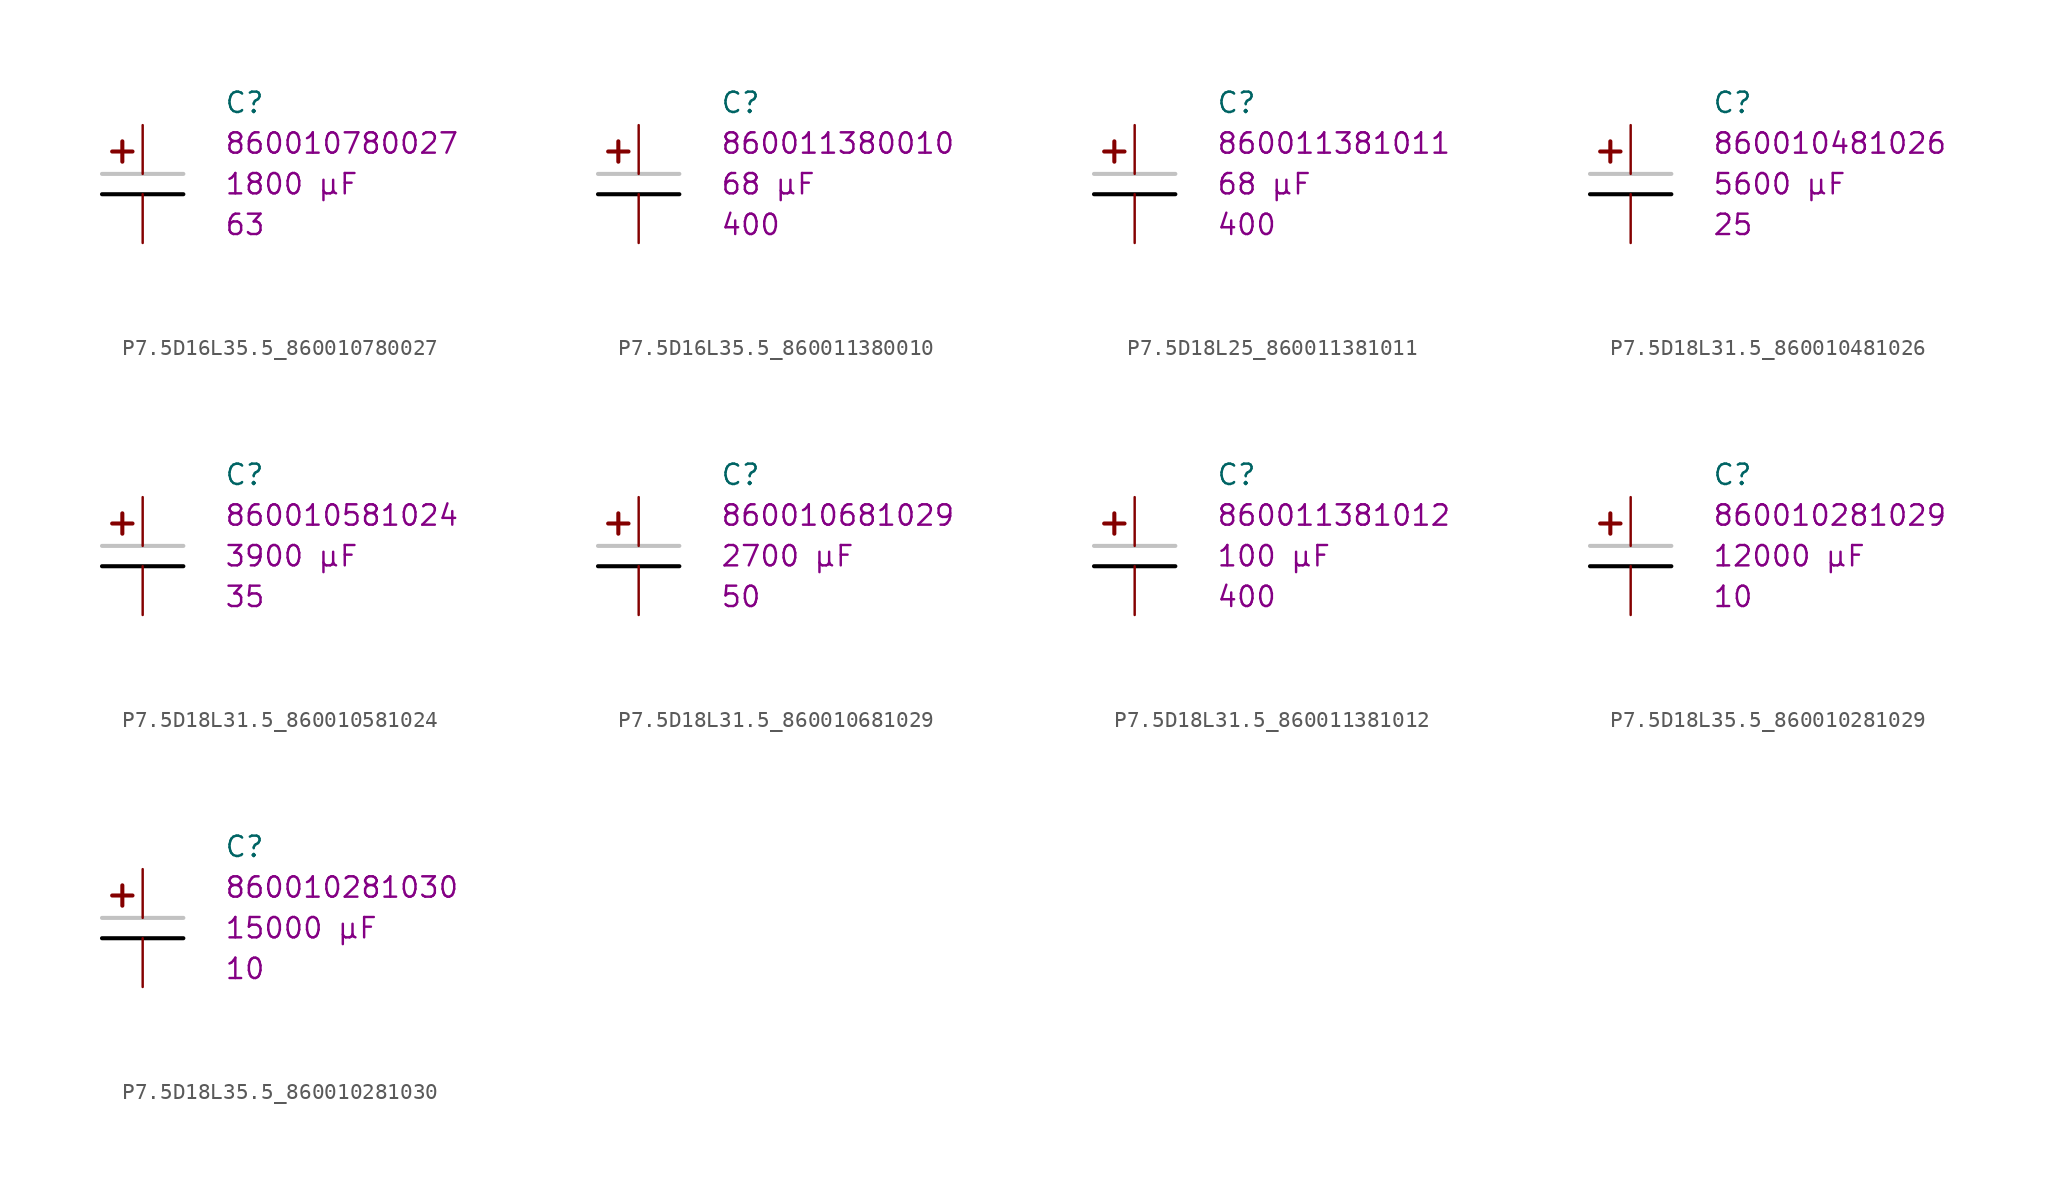
<source format=kicad_sym>
(kicad_symbol_lib
  (version 20220914)
  (generator kicad_symbol_editor)
  (symbol "P7.5D16L35.5_860010780027"
    (pin_numbers hide)
    (pin_names hide)
    (property "Reference" "C"
      (at 5.08 5.08 0)
      (effects (font (size 1.27 1.27)) (justify left)))
    (property "Part Number" "860010780027"
      (at 5.08 2.54 0)
      (effects (font (size 1.27 1.27)) (justify left)))
    (property "Capacitance" "1800 µF"
      (at 5.08 0 0)
      (effects (font (size 1.27 1.27)) (justify left)))
    (property "Voltage" "63"
      (at 5.08 -2.54 0)
      (effects (font (size 1.27 1.27)) (justify left)))
    (property "Critical Parameter" ""
      (at 0 -7.62 0)
      (effects (font (size 1.27 1.27))))
    (symbol "P7.5D16L35.5_860010780027_1_1"
      (polyline (pts (xy -1.27 2.667) (xy -1.27 1.397)) (stroke (width 0.254) (type default)) (fill (type none)))
      (polyline (pts (xy -0.635 2.032) (xy -1.905 2.032)) (stroke (width 0.254) (type default)) (fill (type none)))
      (polyline (pts (xy 2.54 -0.635) (xy -2.54 -0.635)) (stroke (width 0.254) (type default) (color 0 0 0 1)) (fill (type none)))
      (polyline (pts (xy 2.54 0.635) (xy -2.54 0.635)) (stroke (width 0.254) (type default) (color 194 194 194 1)) (fill (type none)))
      (pin passive line (at 0 3.679 270) (length 3.044) (name "1" (effects (font (size 1.27 1.27)))) (number "1" (effects (font (size 1.27 1.27)))))
      (pin passive line (at 0 -3.679 90) (length 3.044) (name "2" (effects (font (size 1.27 1.27)))) (number "2" (effects (font (size 1.27 1.27)))))))
  (symbol "P7.5D16L35.5_860011380010"
    (pin_numbers hide)
    (pin_names hide)
    (property "Reference" "C"
      (at 5.08 5.08 0)
      (effects (font (size 1.27 1.27)) (justify left)))
    (property "Part Number" "860011380010"
      (at 5.08 2.54 0)
      (effects (font (size 1.27 1.27)) (justify left)))
    (property "Capacitance" "68 µF"
      (at 5.08 0 0)
      (effects (font (size 1.27 1.27)) (justify left)))
    (property "Voltage" "400"
      (at 5.08 -2.54 0)
      (effects (font (size 1.27 1.27)) (justify left)))
    (property "Critical Parameter" ""
      (at 0 -7.62 0)
      (effects (font (size 1.27 1.27))))
    (symbol "P7.5D16L35.5_860011380010_1_1"
      (polyline (pts (xy -1.27 2.667) (xy -1.27 1.397)) (stroke (width 0.254) (type default)) (fill (type none)))
      (polyline (pts (xy -0.635 2.032) (xy -1.905 2.032)) (stroke (width 0.254) (type default)) (fill (type none)))
      (polyline (pts (xy 2.54 -0.635) (xy -2.54 -0.635)) (stroke (width 0.254) (type default) (color 0 0 0 1)) (fill (type none)))
      (polyline (pts (xy 2.54 0.635) (xy -2.54 0.635)) (stroke (width 0.254) (type default) (color 194 194 194 1)) (fill (type none)))
      (pin passive line (at 0 3.679 270) (length 3.044) (name "1" (effects (font (size 1.27 1.27)))) (number "1" (effects (font (size 1.27 1.27)))))
      (pin passive line (at 0 -3.679 90) (length 3.044) (name "2" (effects (font (size 1.27 1.27)))) (number "2" (effects (font (size 1.27 1.27)))))))
  (symbol "P7.5D18L25_860011381011"
    (pin_numbers hide)
    (pin_names hide)
    (property "Reference" "C"
      (at 5.08 5.08 0)
      (effects (font (size 1.27 1.27)) (justify left)))
    (property "Part Number" "860011381011"
      (at 5.08 2.54 0)
      (effects (font (size 1.27 1.27)) (justify left)))
    (property "Capacitance" "68 µF"
      (at 5.08 0 0)
      (effects (font (size 1.27 1.27)) (justify left)))
    (property "Voltage" "400"
      (at 5.08 -2.54 0)
      (effects (font (size 1.27 1.27)) (justify left)))
    (property "Critical Parameter" ""
      (at 0 -7.62 0)
      (effects (font (size 1.27 1.27))))
    (symbol "P7.5D18L25_860011381011_1_1"
      (polyline (pts (xy -1.27 2.667) (xy -1.27 1.397)) (stroke (width 0.254) (type default)) (fill (type none)))
      (polyline (pts (xy -0.635 2.032) (xy -1.905 2.032)) (stroke (width 0.254) (type default)) (fill (type none)))
      (polyline (pts (xy 2.54 -0.635) (xy -2.54 -0.635)) (stroke (width 0.254) (type default) (color 0 0 0 1)) (fill (type none)))
      (polyline (pts (xy 2.54 0.635) (xy -2.54 0.635)) (stroke (width 0.254) (type default) (color 194 194 194 1)) (fill (type none)))
      (pin passive line (at 0 3.679 270) (length 3.044) (name "1" (effects (font (size 1.27 1.27)))) (number "1" (effects (font (size 1.27 1.27)))))
      (pin passive line (at 0 -3.679 90) (length 3.044) (name "2" (effects (font (size 1.27 1.27)))) (number "2" (effects (font (size 1.27 1.27)))))))
  (symbol "P7.5D18L31.5_860010481026"
    (pin_numbers hide)
    (pin_names hide)
    (property "Reference" "C"
      (at 5.08 5.08 0)
      (effects (font (size 1.27 1.27)) (justify left)))
    (property "Part Number" "860010481026"
      (at 5.08 2.54 0)
      (effects (font (size 1.27 1.27)) (justify left)))
    (property "Capacitance" "5600 µF"
      (at 5.08 0 0)
      (effects (font (size 1.27 1.27)) (justify left)))
    (property "Voltage" "25"
      (at 5.08 -2.54 0)
      (effects (font (size 1.27 1.27)) (justify left)))
    (property "Critical Parameter" ""
      (at 0 -7.62 0)
      (effects (font (size 1.27 1.27))))
    (symbol "P7.5D18L31.5_860010481026_1_1"
      (polyline (pts (xy -1.27 2.667) (xy -1.27 1.397)) (stroke (width 0.254) (type default)) (fill (type none)))
      (polyline (pts (xy -0.635 2.032) (xy -1.905 2.032)) (stroke (width 0.254) (type default)) (fill (type none)))
      (polyline (pts (xy 2.54 -0.635) (xy -2.54 -0.635)) (stroke (width 0.254) (type default) (color 0 0 0 1)) (fill (type none)))
      (polyline (pts (xy 2.54 0.635) (xy -2.54 0.635)) (stroke (width 0.254) (type default) (color 194 194 194 1)) (fill (type none)))
      (pin passive line (at 0 3.679 270) (length 3.044) (name "1" (effects (font (size 1.27 1.27)))) (number "1" (effects (font (size 1.27 1.27)))))
      (pin passive line (at 0 -3.679 90) (length 3.044) (name "2" (effects (font (size 1.27 1.27)))) (number "2" (effects (font (size 1.27 1.27)))))))
  (symbol "P7.5D18L31.5_860010581024"
    (pin_numbers hide)
    (pin_names hide)
    (property "Reference" "C"
      (at 5.08 5.08 0)
      (effects (font (size 1.27 1.27)) (justify left)))
    (property "Part Number" "860010581024"
      (at 5.08 2.54 0)
      (effects (font (size 1.27 1.27)) (justify left)))
    (property "Capacitance" "3900 µF"
      (at 5.08 0 0)
      (effects (font (size 1.27 1.27)) (justify left)))
    (property "Voltage" "35"
      (at 5.08 -2.54 0)
      (effects (font (size 1.27 1.27)) (justify left)))
    (property "Critical Parameter" ""
      (at 0 -7.62 0)
      (effects (font (size 1.27 1.27))))
    (symbol "P7.5D18L31.5_860010581024_1_1"
      (polyline (pts (xy -1.27 2.667) (xy -1.27 1.397)) (stroke (width 0.254) (type default)) (fill (type none)))
      (polyline (pts (xy -0.635 2.032) (xy -1.905 2.032)) (stroke (width 0.254) (type default)) (fill (type none)))
      (polyline (pts (xy 2.54 -0.635) (xy -2.54 -0.635)) (stroke (width 0.254) (type default) (color 0 0 0 1)) (fill (type none)))
      (polyline (pts (xy 2.54 0.635) (xy -2.54 0.635)) (stroke (width 0.254) (type default) (color 194 194 194 1)) (fill (type none)))
      (pin passive line (at 0 3.679 270) (length 3.044) (name "1" (effects (font (size 1.27 1.27)))) (number "1" (effects (font (size 1.27 1.27)))))
      (pin passive line (at 0 -3.679 90) (length 3.044) (name "2" (effects (font (size 1.27 1.27)))) (number "2" (effects (font (size 1.27 1.27)))))))
  (symbol "P7.5D18L31.5_860010681029"
    (pin_numbers hide)
    (pin_names hide)
    (property "Reference" "C"
      (at 5.08 5.08 0)
      (effects (font (size 1.27 1.27)) (justify left)))
    (property "Part Number" "860010681029"
      (at 5.08 2.54 0)
      (effects (font (size 1.27 1.27)) (justify left)))
    (property "Capacitance" "2700 µF"
      (at 5.08 0 0)
      (effects (font (size 1.27 1.27)) (justify left)))
    (property "Voltage" "50"
      (at 5.08 -2.54 0)
      (effects (font (size 1.27 1.27)) (justify left)))
    (property "Critical Parameter" ""
      (at 0 -7.62 0)
      (effects (font (size 1.27 1.27))))
    (symbol "P7.5D18L31.5_860010681029_1_1"
      (polyline (pts (xy -1.27 2.667) (xy -1.27 1.397)) (stroke (width 0.254) (type default)) (fill (type none)))
      (polyline (pts (xy -0.635 2.032) (xy -1.905 2.032)) (stroke (width 0.254) (type default)) (fill (type none)))
      (polyline (pts (xy 2.54 -0.635) (xy -2.54 -0.635)) (stroke (width 0.254) (type default) (color 0 0 0 1)) (fill (type none)))
      (polyline (pts (xy 2.54 0.635) (xy -2.54 0.635)) (stroke (width 0.254) (type default) (color 194 194 194 1)) (fill (type none)))
      (pin passive line (at 0 3.679 270) (length 3.044) (name "1" (effects (font (size 1.27 1.27)))) (number "1" (effects (font (size 1.27 1.27)))))
      (pin passive line (at 0 -3.679 90) (length 3.044) (name "2" (effects (font (size 1.27 1.27)))) (number "2" (effects (font (size 1.27 1.27)))))))
  (symbol "P7.5D18L31.5_860011381012"
    (pin_numbers hide)
    (pin_names hide)
    (property "Reference" "C"
      (at 5.08 5.08 0)
      (effects (font (size 1.27 1.27)) (justify left)))
    (property "Part Number" "860011381012"
      (at 5.08 2.54 0)
      (effects (font (size 1.27 1.27)) (justify left)))
    (property "Capacitance" "100 µF"
      (at 5.08 0 0)
      (effects (font (size 1.27 1.27)) (justify left)))
    (property "Voltage" "400"
      (at 5.08 -2.54 0)
      (effects (font (size 1.27 1.27)) (justify left)))
    (property "Critical Parameter" ""
      (at 0 -7.62 0)
      (effects (font (size 1.27 1.27))))
    (symbol "P7.5D18L31.5_860011381012_1_1"
      (polyline (pts (xy -1.27 2.667) (xy -1.27 1.397)) (stroke (width 0.254) (type default)) (fill (type none)))
      (polyline (pts (xy -0.635 2.032) (xy -1.905 2.032)) (stroke (width 0.254) (type default)) (fill (type none)))
      (polyline (pts (xy 2.54 -0.635) (xy -2.54 -0.635)) (stroke (width 0.254) (type default) (color 0 0 0 1)) (fill (type none)))
      (polyline (pts (xy 2.54 0.635) (xy -2.54 0.635)) (stroke (width 0.254) (type default) (color 194 194 194 1)) (fill (type none)))
      (pin passive line (at 0 3.679 270) (length 3.044) (name "1" (effects (font (size 1.27 1.27)))) (number "1" (effects (font (size 1.27 1.27)))))
      (pin passive line (at 0 -3.679 90) (length 3.044) (name "2" (effects (font (size 1.27 1.27)))) (number "2" (effects (font (size 1.27 1.27)))))))
  (symbol "P7.5D18L35.5_860010281029"
    (pin_numbers hide)
    (pin_names hide)
    (property "Reference" "C"
      (at 5.08 5.08 0)
      (effects (font (size 1.27 1.27)) (justify left)))
    (property "Part Number" "860010281029"
      (at 5.08 2.54 0)
      (effects (font (size 1.27 1.27)) (justify left)))
    (property "Capacitance" "12000 µF"
      (at 5.08 0 0)
      (effects (font (size 1.27 1.27)) (justify left)))
    (property "Voltage" "10"
      (at 5.08 -2.54 0)
      (effects (font (size 1.27 1.27)) (justify left)))
    (property "Critical Parameter" ""
      (at 0 -7.62 0)
      (effects (font (size 1.27 1.27))))
    (symbol "P7.5D18L35.5_860010281029_1_1"
      (polyline (pts (xy -1.27 2.667) (xy -1.27 1.397)) (stroke (width 0.254) (type default)) (fill (type none)))
      (polyline (pts (xy -0.635 2.032) (xy -1.905 2.032)) (stroke (width 0.254) (type default)) (fill (type none)))
      (polyline (pts (xy 2.54 -0.635) (xy -2.54 -0.635)) (stroke (width 0.254) (type default) (color 0 0 0 1)) (fill (type none)))
      (polyline (pts (xy 2.54 0.635) (xy -2.54 0.635)) (stroke (width 0.254) (type default) (color 194 194 194 1)) (fill (type none)))
      (pin passive line (at 0 3.679 270) (length 3.044) (name "1" (effects (font (size 1.27 1.27)))) (number "1" (effects (font (size 1.27 1.27)))))
      (pin passive line (at 0 -3.679 90) (length 3.044) (name "2" (effects (font (size 1.27 1.27)))) (number "2" (effects (font (size 1.27 1.27)))))))
  (symbol "P7.5D18L35.5_860010281030"
    (pin_numbers hide)
    (pin_names hide)
    (property "Reference" "C"
      (at 5.08 5.08 0)
      (effects (font (size 1.27 1.27)) (justify left)))
    (property "Part Number" "860010281030"
      (at 5.08 2.54 0)
      (effects (font (size 1.27 1.27)) (justify left)))
    (property "Capacitance" "15000 µF"
      (at 5.08 0 0)
      (effects (font (size 1.27 1.27)) (justify left)))
    (property "Voltage" "10"
      (at 5.08 -2.54 0)
      (effects (font (size 1.27 1.27)) (justify left)))
    (property "Critical Parameter" ""
      (at 0 -7.62 0)
      (effects (font (size 1.27 1.27))))
    (symbol "P7.5D18L35.5_860010281030_1_1"
      (polyline (pts (xy -1.27 2.667) (xy -1.27 1.397)) (stroke (width 0.254) (type default)) (fill (type none)))
      (polyline (pts (xy -0.635 2.032) (xy -1.905 2.032)) (stroke (width 0.254) (type default)) (fill (type none)))
      (polyline (pts (xy 2.54 -0.635) (xy -2.54 -0.635)) (stroke (width 0.254) (type default) (color 0 0 0 1)) (fill (type none)))
      (polyline (pts (xy 2.54 0.635) (xy -2.54 0.635)) (stroke (width 0.254) (type default) (color 194 194 194 1)) (fill (type none)))
      (pin passive line (at 0 3.679 270) (length 3.044) (name "1" (effects (font (size 1.27 1.27)))) (number "1" (effects (font (size 1.27 1.27)))))
      (pin passive line (at 0 -3.679 90) (length 3.044) (name "2" (effects (font (size 1.27 1.27)))) (number "2" (effects (font (size 1.27 1.27))))))))
</source>
